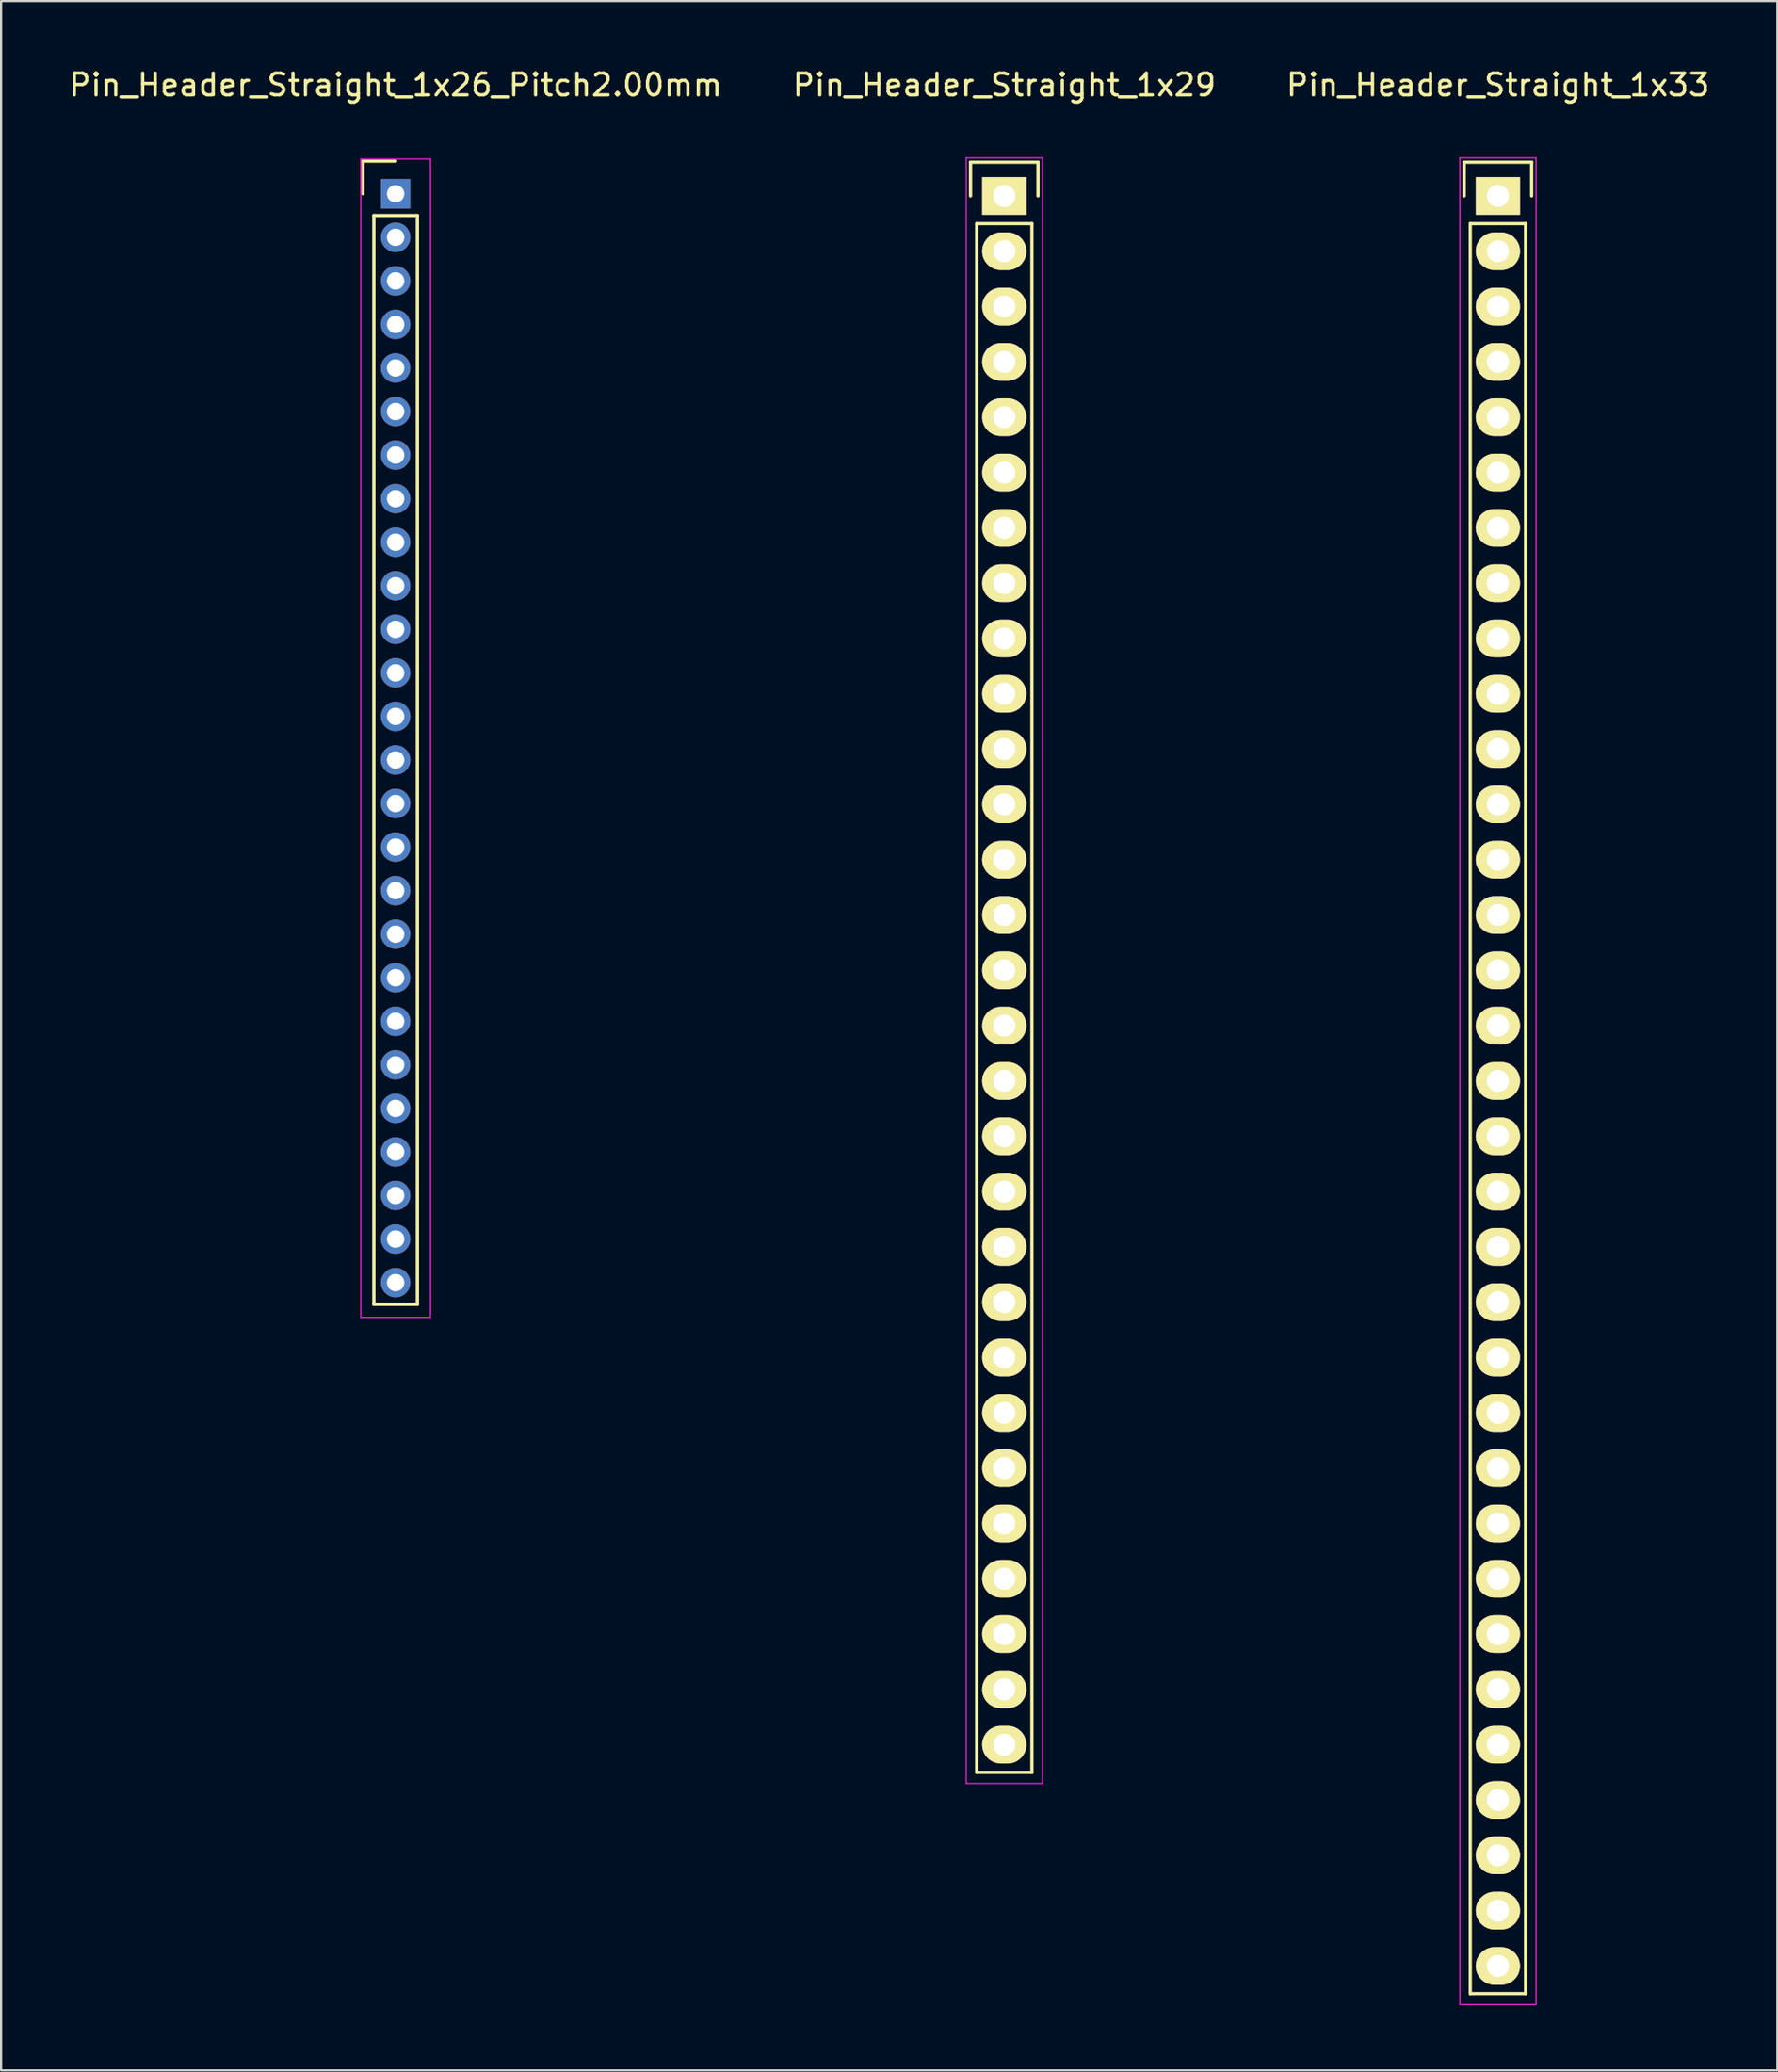
<source format=kicad_pcb>
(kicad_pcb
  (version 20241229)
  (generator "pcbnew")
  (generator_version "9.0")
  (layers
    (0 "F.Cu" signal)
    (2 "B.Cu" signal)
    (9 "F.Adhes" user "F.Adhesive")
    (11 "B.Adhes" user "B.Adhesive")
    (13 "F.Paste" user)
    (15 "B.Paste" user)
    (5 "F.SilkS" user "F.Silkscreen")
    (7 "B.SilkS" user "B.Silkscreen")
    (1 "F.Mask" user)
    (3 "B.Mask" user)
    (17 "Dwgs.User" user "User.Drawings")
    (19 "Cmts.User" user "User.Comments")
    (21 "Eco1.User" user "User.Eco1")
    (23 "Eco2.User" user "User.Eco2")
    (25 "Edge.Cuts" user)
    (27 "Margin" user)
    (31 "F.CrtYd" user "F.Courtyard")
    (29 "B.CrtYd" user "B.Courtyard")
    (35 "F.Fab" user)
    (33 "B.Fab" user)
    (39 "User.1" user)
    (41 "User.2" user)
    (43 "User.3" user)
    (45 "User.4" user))
  (footprint "Pin_Header_Straight_1x29"
    (layer "F.Cu")
    (at 43.089 5.948)
    (property "Reference" "Pin_Header_Straight_1x29" (at 0 -5.1 0) (layer "F.SilkS") (effects (font (size 1 1) (thickness 0.15))))
    (attr through_hole)
    (fp_line (start -1.55 -1.55) (end 1.55 -1.55) (stroke (width 0.15) (type solid)) (layer "F.SilkS"))
    (fp_line (start -1.55 0) (end -1.55 -1.55) (stroke (width 0.15) (type solid)) (layer "F.SilkS"))
    (fp_line (start -1.27 1.27) (end -1.27 72.39) (stroke (width 0.15) (type solid)) (layer "F.SilkS"))
    (fp_line (start -1.27 72.39) (end 1.27 72.39) (stroke (width 0.15) (type solid)) (layer "F.SilkS"))
    (fp_line (start 1.27 1.27) (end -1.27 1.27) (stroke (width 0.15) (type solid)) (layer "F.SilkS"))
    (fp_line (start 1.27 72.39) (end 1.27 1.27) (stroke (width 0.15) (type solid)) (layer "F.SilkS"))
    (fp_line (start 1.55 -1.55) (end 1.55 0) (stroke (width 0.15) (type solid)) (layer "F.SilkS"))
    (fp_line (start -1.75 -1.75) (end -1.75 72.9) (stroke (width 0.05) (type solid)) (layer "F.CrtYd"))
    (fp_line (start -1.75 -1.75) (end 1.75 -1.75) (stroke (width 0.05) (type solid)) (layer "F.CrtYd"))
    (fp_line (start -1.75 72.9) (end 1.75 72.9) (stroke (width 0.05) (type solid)) (layer "F.CrtYd"))
    (fp_line (start 1.75 -1.75) (end 1.75 72.9) (stroke (width 0.05) (type solid)) (layer "F.CrtYd"))
    (pad "1" thru_hole rect (at 0 0) (size 2.032 1.727) (drill 1.016) (layers "*.Cu" "*.Mask" "F.SilkS"))
    (pad "2" thru_hole oval (at 0 2.54) (size 2.032 1.727) (drill 1.016) (layers "*.Cu" "*.Mask" "F.SilkS"))
    (pad "3" thru_hole oval (at 0 5.08) (size 2.032 1.727) (drill 1.016) (layers "*.Cu" "*.Mask" "F.SilkS"))
    (pad "4" thru_hole oval (at 0 7.62) (size 2.032 1.727) (drill 1.016) (layers "*.Cu" "*.Mask" "F.SilkS"))
    (pad "5" thru_hole oval (at 0 10.16) (size 2.032 1.727) (drill 1.016) (layers "*.Cu" "*.Mask" "F.SilkS"))
    (pad "6" thru_hole oval (at 0 12.7) (size 2.032 1.727) (drill 1.016) (layers "*.Cu" "*.Mask" "F.SilkS"))
    (pad "7" thru_hole oval (at 0 15.24) (size 2.032 1.727) (drill 1.016) (layers "*.Cu" "*.Mask" "F.SilkS"))
    (pad "8" thru_hole oval (at 0 17.78) (size 2.032 1.727) (drill 1.016) (layers "*.Cu" "*.Mask" "F.SilkS"))
    (pad "9" thru_hole oval (at 0 20.32) (size 2.032 1.727) (drill 1.016) (layers "*.Cu" "*.Mask" "F.SilkS"))
    (pad "10" thru_hole oval (at 0 22.86) (size 2.032 1.727) (drill 1.016) (layers "*.Cu" "*.Mask" "F.SilkS"))
    (pad "11" thru_hole oval (at 0 25.4) (size 2.032 1.727) (drill 1.016) (layers "*.Cu" "*.Mask" "F.SilkS"))
    (pad "12" thru_hole oval (at 0 27.94) (size 2.032 1.727) (drill 1.016) (layers "*.Cu" "*.Mask" "F.SilkS"))
    (pad "13" thru_hole oval (at 0 30.48) (size 2.032 1.727) (drill 1.016) (layers "*.Cu" "*.Mask" "F.SilkS"))
    (pad "14" thru_hole oval (at 0 33.02) (size 2.032 1.727) (drill 1.016) (layers "*.Cu" "*.Mask" "F.SilkS"))
    (pad "15" thru_hole oval (at 0 35.56) (size 2.032 1.727) (drill 1.016) (layers "*.Cu" "*.Mask" "F.SilkS"))
    (pad "16" thru_hole oval (at 0 38.1) (size 2.032 1.727) (drill 1.016) (layers "*.Cu" "*.Mask" "F.SilkS"))
    (pad "17" thru_hole oval (at 0 40.64) (size 2.032 1.727) (drill 1.016) (layers "*.Cu" "*.Mask" "F.SilkS"))
    (pad "18" thru_hole oval (at 0 43.18) (size 2.032 1.727) (drill 1.016) (layers "*.Cu" "*.Mask" "F.SilkS"))
    (pad "19" thru_hole oval (at 0 45.72) (size 2.032 1.727) (drill 1.016) (layers "*.Cu" "*.Mask" "F.SilkS"))
    (pad "20" thru_hole oval (at 0 48.26) (size 2.032 1.727) (drill 1.016) (layers "*.Cu" "*.Mask" "F.SilkS"))
    (pad "21" thru_hole oval (at 0 50.8) (size 2.032 1.727) (drill 1.016) (layers "*.Cu" "*.Mask" "F.SilkS"))
    (pad "22" thru_hole oval (at 0 53.34) (size 2.032 1.727) (drill 1.016) (layers "*.Cu" "*.Mask" "F.SilkS"))
    (pad "23" thru_hole oval (at 0 55.88) (size 2.032 1.727) (drill 1.016) (layers "*.Cu" "*.Mask" "F.SilkS"))
    (pad "24" thru_hole oval (at 0 58.42) (size 2.032 1.727) (drill 1.016) (layers "*.Cu" "*.Mask" "F.SilkS"))
    (pad "25" thru_hole oval (at 0 60.96) (size 2.032 1.727) (drill 1.016) (layers "*.Cu" "*.Mask" "F.SilkS"))
    (pad "26" thru_hole oval (at 0 63.5) (size 2.032 1.727) (drill 1.016) (layers "*.Cu" "*.Mask" "F.SilkS"))
    (pad "27" thru_hole oval (at 0 66.04) (size 2.032 1.727) (drill 1.016) (layers "*.Cu" "*.Mask" "F.SilkS"))
    (pad "28" thru_hole oval (at 0 68.58) (size 2.032 1.727) (drill 1.016) (layers "*.Cu" "*.Mask" "F.SilkS"))
    (pad "29" thru_hole oval (at 0 71.12) (size 2.032 1.727) (drill 1.016) (layers "*.Cu" "*.Mask" "F.SilkS")))
  (footprint "Pin_Header_Straight_1x33"
    (layer "F.Cu")
    (at 65.768 5.948)
    (property "Reference" "Pin_Header_Straight_1x33" (at 0 -5.1 0) (layer "F.SilkS") (effects (font (size 1 1) (thickness 0.15))))
    (attr through_hole)
    (fp_line (start -1.55 -1.55) (end 1.55 -1.55) (stroke (width 0.15) (type solid)) (layer "F.SilkS"))
    (fp_line (start -1.55 0) (end -1.55 -1.55) (stroke (width 0.15) (type solid)) (layer "F.SilkS"))
    (fp_line (start -1.27 1.27) (end -1.27 82.55) (stroke (width 0.15) (type solid)) (layer "F.SilkS"))
    (fp_line (start -1.27 82.55) (end 1.27 82.55) (stroke (width 0.15) (type solid)) (layer "F.SilkS"))
    (fp_line (start 1.27 1.27) (end -1.27 1.27) (stroke (width 0.15) (type solid)) (layer "F.SilkS"))
    (fp_line (start 1.27 82.55) (end 1.27 1.27) (stroke (width 0.15) (type solid)) (layer "F.SilkS"))
    (fp_line (start 1.55 -1.55) (end 1.55 0) (stroke (width 0.15) (type solid)) (layer "F.SilkS"))
    (fp_line (start -1.75 -1.75) (end -1.75 83.05) (stroke (width 0.05) (type solid)) (layer "F.CrtYd"))
    (fp_line (start -1.75 -1.75) (end 1.75 -1.75) (stroke (width 0.05) (type solid)) (layer "F.CrtYd"))
    (fp_line (start -1.75 83.05) (end 1.75 83.05) (stroke (width 0.05) (type solid)) (layer "F.CrtYd"))
    (fp_line (start 1.75 -1.75) (end 1.75 83.05) (stroke (width 0.05) (type solid)) (layer "F.CrtYd"))
    (pad "1" thru_hole rect (at 0 0) (size 2.032 1.727) (drill 1.016) (layers "*.Cu" "*.Mask" "F.SilkS"))
    (pad "2" thru_hole oval (at 0 2.54) (size 2.032 1.727) (drill 1.016) (layers "*.Cu" "*.Mask" "F.SilkS"))
    (pad "3" thru_hole oval (at 0 5.08) (size 2.032 1.727) (drill 1.016) (layers "*.Cu" "*.Mask" "F.SilkS"))
    (pad "4" thru_hole oval (at 0 7.62) (size 2.032 1.727) (drill 1.016) (layers "*.Cu" "*.Mask" "F.SilkS"))
    (pad "5" thru_hole oval (at 0 10.16) (size 2.032 1.727) (drill 1.016) (layers "*.Cu" "*.Mask" "F.SilkS"))
    (pad "6" thru_hole oval (at 0 12.7) (size 2.032 1.727) (drill 1.016) (layers "*.Cu" "*.Mask" "F.SilkS"))
    (pad "7" thru_hole oval (at 0 15.24) (size 2.032 1.727) (drill 1.016) (layers "*.Cu" "*.Mask" "F.SilkS"))
    (pad "8" thru_hole oval (at 0 17.78) (size 2.032 1.727) (drill 1.016) (layers "*.Cu" "*.Mask" "F.SilkS"))
    (pad "9" thru_hole oval (at 0 20.32) (size 2.032 1.727) (drill 1.016) (layers "*.Cu" "*.Mask" "F.SilkS"))
    (pad "10" thru_hole oval (at 0 22.86) (size 2.032 1.727) (drill 1.016) (layers "*.Cu" "*.Mask" "F.SilkS"))
    (pad "11" thru_hole oval (at 0 25.4) (size 2.032 1.727) (drill 1.016) (layers "*.Cu" "*.Mask" "F.SilkS"))
    (pad "12" thru_hole oval (at 0 27.94) (size 2.032 1.727) (drill 1.016) (layers "*.Cu" "*.Mask" "F.SilkS"))
    (pad "13" thru_hole oval (at 0 30.48) (size 2.032 1.727) (drill 1.016) (layers "*.Cu" "*.Mask" "F.SilkS"))
    (pad "14" thru_hole oval (at 0 33.02) (size 2.032 1.727) (drill 1.016) (layers "*.Cu" "*.Mask" "F.SilkS"))
    (pad "15" thru_hole oval (at 0 35.56) (size 2.032 1.727) (drill 1.016) (layers "*.Cu" "*.Mask" "F.SilkS"))
    (pad "16" thru_hole oval (at 0 38.1) (size 2.032 1.727) (drill 1.016) (layers "*.Cu" "*.Mask" "F.SilkS"))
    (pad "17" thru_hole oval (at 0 40.64) (size 2.032 1.727) (drill 1.016) (layers "*.Cu" "*.Mask" "F.SilkS"))
    (pad "18" thru_hole oval (at 0 43.18) (size 2.032 1.727) (drill 1.016) (layers "*.Cu" "*.Mask" "F.SilkS"))
    (pad "19" thru_hole oval (at 0 45.72) (size 2.032 1.727) (drill 1.016) (layers "*.Cu" "*.Mask" "F.SilkS"))
    (pad "20" thru_hole oval (at 0 48.26) (size 2.032 1.727) (drill 1.016) (layers "*.Cu" "*.Mask" "F.SilkS"))
    (pad "21" thru_hole oval (at 0 50.8) (size 2.032 1.727) (drill 1.016) (layers "*.Cu" "*.Mask" "F.SilkS"))
    (pad "22" thru_hole oval (at 0 53.34) (size 2.032 1.727) (drill 1.016) (layers "*.Cu" "*.Mask" "F.SilkS"))
    (pad "23" thru_hole oval (at 0 55.88) (size 2.032 1.727) (drill 1.016) (layers "*.Cu" "*.Mask" "F.SilkS"))
    (pad "24" thru_hole oval (at 0 58.42) (size 2.032 1.727) (drill 1.016) (layers "*.Cu" "*.Mask" "F.SilkS"))
    (pad "25" thru_hole oval (at 0 60.96) (size 2.032 1.727) (drill 1.016) (layers "*.Cu" "*.Mask" "F.SilkS"))
    (pad "26" thru_hole oval (at 0 63.5) (size 2.032 1.727) (drill 1.016) (layers "*.Cu" "*.Mask" "F.SilkS"))
    (pad "27" thru_hole oval (at 0 66.04) (size 2.032 1.727) (drill 1.016) (layers "*.Cu" "*.Mask" "F.SilkS"))
    (pad "28" thru_hole oval (at 0 68.58) (size 2.032 1.727) (drill 1.016) (layers "*.Cu" "*.Mask" "F.SilkS"))
    (pad "29" thru_hole oval (at 0 71.12) (size 2.032 1.727) (drill 1.016) (layers "*.Cu" "*.Mask" "F.SilkS"))
    (pad "30" thru_hole oval (at 0 73.66) (size 2.032 1.727) (drill 1.016) (layers "*.Cu" "*.Mask" "F.SilkS"))
    (pad "31" thru_hole oval (at 0 76.2) (size 2.032 1.727) (drill 1.016) (layers "*.Cu" "*.Mask" "F.SilkS"))
    (pad "32" thru_hole oval (at 0 78.74) (size 2.032 1.727) (drill 1.016) (layers "*.Cu" "*.Mask" "F.SilkS"))
    (pad "33" thru_hole oval (at 0 81.28) (size 2.032 1.727) (drill 1.016) (layers "*.Cu" "*.Mask" "F.SilkS")))
  (footprint "Pin_Header_Straight_1x26_Pitch2.00mm"
    (layer "F.Cu")
    (at 15.125 5.848)
    (property "Reference" "Pin_Header_Straight_1x26_Pitch2.00mm" (at 0 -5 0) (layer "F.SilkS") (effects (font (size 1 1) (thickness 0.15))))
    (attr through_hole)
    (fp_line (start -1.5 -1.5) (end 0 -1.5) (stroke (width 0.15) (type solid)) (layer "F.SilkS"))
    (fp_line (start -1.5 0) (end -1.5 -1.5) (stroke (width 0.15) (type solid)) (layer "F.SilkS"))
    (fp_line (start -1 1) (end 1 1) (stroke (width 0.15) (type solid)) (layer "F.SilkS"))
    (fp_line (start -1 51) (end -1 1) (stroke (width 0.15) (type solid)) (layer "F.SilkS"))
    (fp_line (start 1 1) (end 1 51) (stroke (width 0.15) (type solid)) (layer "F.SilkS"))
    (fp_line (start 1 51) (end -1 51) (stroke (width 0.15) (type solid)) (layer "F.SilkS"))
    (fp_line (start -1.6 -1.6) (end 1.6 -1.6) (stroke (width 0.05) (type solid)) (layer "F.CrtYd"))
    (fp_line (start -1.6 51.6) (end -1.6 -1.6) (stroke (width 0.05) (type solid)) (layer "F.CrtYd"))
    (fp_line (start 1.6 -1.6) (end 1.6 51.6) (stroke (width 0.05) (type solid)) (layer "F.CrtYd"))
    (fp_line (start 1.6 51.6) (end -1.6 51.6) (stroke (width 0.05) (type solid)) (layer "F.CrtYd"))
    (pad "1" thru_hole rect (at 0 0) (size 1.35 1.35) (drill 0.8) (layers "*.Cu" "*.Mask"))
    (pad "2" thru_hole circle (at 0 2) (size 1.35 1.35) (drill 0.8) (layers "*.Cu" "*.Mask"))
    (pad "3" thru_hole circle (at 0 4) (size 1.35 1.35) (drill 0.8) (layers "*.Cu" "*.Mask"))
    (pad "4" thru_hole circle (at 0 6) (size 1.35 1.35) (drill 0.8) (layers "*.Cu" "*.Mask"))
    (pad "5" thru_hole circle (at 0 8) (size 1.35 1.35) (drill 0.8) (layers "*.Cu" "*.Mask"))
    (pad "6" thru_hole circle (at 0 10) (size 1.35 1.35) (drill 0.8) (layers "*.Cu" "*.Mask"))
    (pad "7" thru_hole circle (at 0 12) (size 1.35 1.35) (drill 0.8) (layers "*.Cu" "*.Mask"))
    (pad "8" thru_hole circle (at 0 14) (size 1.35 1.35) (drill 0.8) (layers "*.Cu" "*.Mask"))
    (pad "9" thru_hole circle (at 0 16) (size 1.35 1.35) (drill 0.8) (layers "*.Cu" "*.Mask"))
    (pad "10" thru_hole circle (at 0 18) (size 1.35 1.35) (drill 0.8) (layers "*.Cu" "*.Mask"))
    (pad "11" thru_hole circle (at 0 20) (size 1.35 1.35) (drill 0.8) (layers "*.Cu" "*.Mask"))
    (pad "12" thru_hole circle (at 0 22) (size 1.35 1.35) (drill 0.8) (layers "*.Cu" "*.Mask"))
    (pad "13" thru_hole circle (at 0 24) (size 1.35 1.35) (drill 0.8) (layers "*.Cu" "*.Mask"))
    (pad "14" thru_hole circle (at 0 26) (size 1.35 1.35) (drill 0.8) (layers "*.Cu" "*.Mask"))
    (pad "15" thru_hole circle (at 0 28) (size 1.35 1.35) (drill 0.8) (layers "*.Cu" "*.Mask"))
    (pad "16" thru_hole circle (at 0 30) (size 1.35 1.35) (drill 0.8) (layers "*.Cu" "*.Mask"))
    (pad "17" thru_hole circle (at 0 32) (size 1.35 1.35) (drill 0.8) (layers "*.Cu" "*.Mask"))
    (pad "18" thru_hole circle (at 0 34) (size 1.35 1.35) (drill 0.8) (layers "*.Cu" "*.Mask"))
    (pad "19" thru_hole circle (at 0 36) (size 1.35 1.35) (drill 0.8) (layers "*.Cu" "*.Mask"))
    (pad "20" thru_hole circle (at 0 38) (size 1.35 1.35) (drill 0.8) (layers "*.Cu" "*.Mask"))
    (pad "21" thru_hole circle (at 0 40) (size 1.35 1.35) (drill 0.8) (layers "*.Cu" "*.Mask"))
    (pad "22" thru_hole circle (at 0 42) (size 1.35 1.35) (drill 0.8) (layers "*.Cu" "*.Mask"))
    (pad "23" thru_hole circle (at 0 44) (size 1.35 1.35) (drill 0.8) (layers "*.Cu" "*.Mask"))
    (pad "24" thru_hole circle (at 0 46) (size 1.35 1.35) (drill 0.8) (layers "*.Cu" "*.Mask"))
    (pad "25" thru_hole circle (at 0 48) (size 1.35 1.35) (drill 0.8) (layers "*.Cu" "*.Mask"))
    (pad "26" thru_hole circle (at 0 50) (size 1.35 1.35) (drill 0.8) (layers "*.Cu" "*.Mask")))
  (gr_rect
    (start -3 -3)
    (end 78.607 92.023)
    (stroke (width 0.1) (type default))
    (fill no)
    (layer "Edge.Cuts")))
</source>
